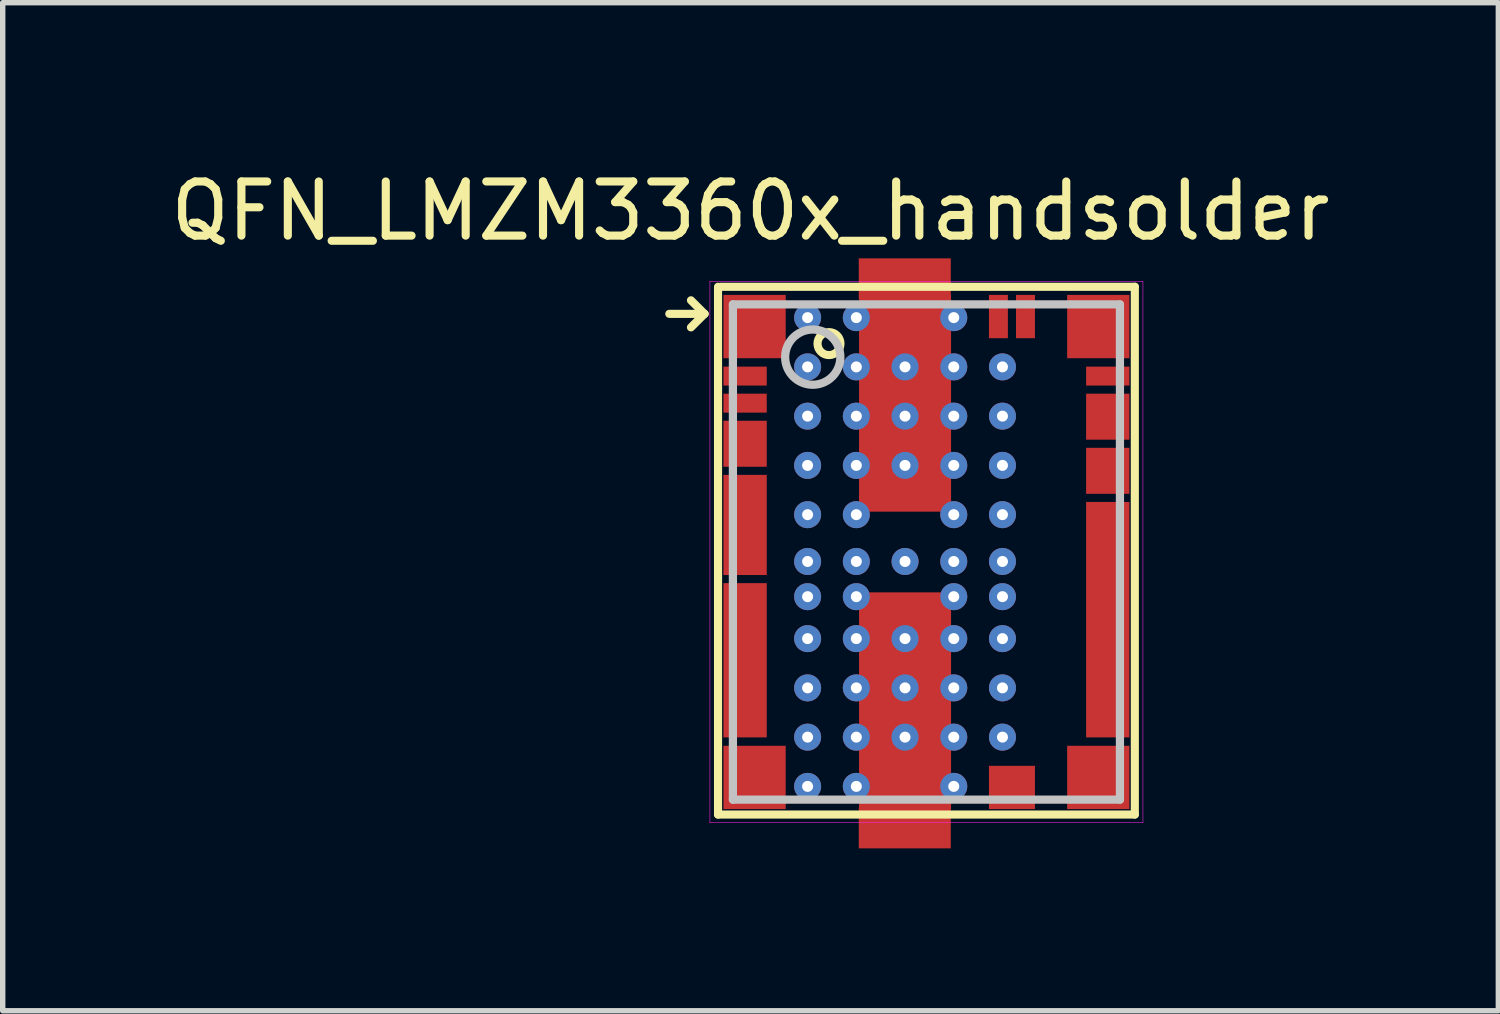
<source format=kicad_pcb>
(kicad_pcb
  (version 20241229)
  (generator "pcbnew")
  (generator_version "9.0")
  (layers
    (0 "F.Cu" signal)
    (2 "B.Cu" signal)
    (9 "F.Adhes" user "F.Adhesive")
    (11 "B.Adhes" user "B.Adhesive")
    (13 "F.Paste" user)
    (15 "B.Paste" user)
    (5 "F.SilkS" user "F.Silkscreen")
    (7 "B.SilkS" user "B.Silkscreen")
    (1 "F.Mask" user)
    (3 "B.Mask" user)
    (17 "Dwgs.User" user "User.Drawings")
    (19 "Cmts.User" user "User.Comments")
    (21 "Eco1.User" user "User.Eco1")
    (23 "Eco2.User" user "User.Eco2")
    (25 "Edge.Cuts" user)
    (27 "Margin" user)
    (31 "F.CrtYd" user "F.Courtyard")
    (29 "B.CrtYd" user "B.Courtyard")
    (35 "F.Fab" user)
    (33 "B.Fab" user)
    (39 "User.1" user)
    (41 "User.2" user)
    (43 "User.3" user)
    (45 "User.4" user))
  (footprint "QFN_LMZM3360x_handsolder"
    (layer "F.Cu")
    (at 14.065 7.148)
    (property "Reference" "QFN_LMZM3360x_handsolder" (at -3.25 -6.3 180) (layer "F.SilkS") (effects (font (size 1 1) (thickness 0.15))))
    (attr through_hole)
    (fp_line (start -4.75 -4.4) (end -4.1 -4.4) (stroke (width 0.15) (type solid)) (layer "F.SilkS"))
    (fp_line (start -4.1 -4.4) (end -4.35 -4.65) (stroke (width 0.15) (type solid)) (layer "F.SilkS"))
    (fp_line (start -4.1 -4.4) (end -4.35 -4.15) (stroke (width 0.15) (type solid)) (layer "F.SilkS"))
    (fp_line (start -3.85 -4.9) (end -3.8 -4.9) (stroke (width 0.05) (type solid)) (layer "F.SilkS"))
    (fp_line (start -3.85 4.85) (end -3.85 -4.9) (stroke (width 0.15) (type solid)) (layer "F.SilkS"))
    (fp_line (start -3.8 -4.9) (end 3.85 -4.9) (stroke (width 0.15) (type solid)) (layer "F.SilkS"))
    (fp_line (start 3.85 -4.9) (end 3.85 4.85) (stroke (width 0.15) (type solid)) (layer "F.SilkS"))
    (fp_line (start 3.85 4.85) (end -3.85 4.85) (stroke (width 0.15) (type solid)) (layer "F.SilkS"))
    (fp_circle (center -1.8 -3.85) (end -1.95 -4) (stroke (width 0.15) (type solid)) (fill no) (layer "F.SilkS"))
    (fp_line (start -3.575 -4.575) (end 3.575 -4.575) (stroke (width 0.152) (type solid)) (layer "Dwgs.User"))
    (fp_line (start -3.575 4.575) (end -3.575 -4.575) (stroke (width 0.152) (type solid)) (layer "Dwgs.User"))
    (fp_line (start -3.575 4.575) (end 3.575 4.575) (stroke (width 0.152) (type solid)) (layer "Dwgs.User"))
    (fp_line (start 3.575 4.575) (end 3.575 -4.575) (stroke (width 0.152) (type solid)) (layer "Dwgs.User"))
    (fp_circle (center -2.1 -3.6) (end -1.59 -3.6) (stroke (width 0.152) (type solid)) (fill no) (layer "Dwgs.User"))
    (fp_line (start -4 -5) (end 4 -5) (stroke (width 0.01) (type solid)) (layer "F.CrtYd"))
    (fp_line (start -4 5) (end -4 -5) (stroke (width 0.01) (type solid)) (layer "F.CrtYd"))
    (fp_line (start 4 -5) (end 4 5) (stroke (width 0.01) (type solid)) (layer "F.CrtYd"))
    (fp_line (start 4 5) (end -4 5) (stroke (width 0.01) (type solid)) (layer "F.CrtYd"))
    (pad "1" smd rect (at -3.175 -4.165 90) (size 1.17 1.15) (layers "F.Cu" "F.Mask" "F.Paste"))
    (pad "2" smd rect (at -3.35 -3.25 90) (size 0.35 0.8) (layers "F.Cu" "F.Mask" "F.Paste"))
    (pad "3" smd rect (at -3.35 -2.75 90) (size 0.35 0.8) (layers "F.Cu" "F.Mask" "F.Paste"))
    (pad "4" smd rect (at -3.35 -2 90) (size 0.85 0.8) (layers "F.Cu" "F.Mask" "F.Paste"))
    (pad "5" smd rect (at -3.35 -0.5 90) (size 1.85 0.8) (layers "F.Cu" "F.Mask" "F.Paste"))
    (pad "6" smd rect (at -3.35 2 90) (size 2.85 0.8) (layers "F.Cu" "F.Mask" "F.Paste"))
    (pad "7" smd rect (at -3.175 4.165 90) (size 1.17 1.15) (layers "F.Cu" "F.Mask" "F.Paste"))
    (pad "8" thru_hole circle (at -2.195 0.825) (size 0.5 0.5) (drill 0.203) (layers "*.Cu" "*.Mask"))
    (pad "8" thru_hole circle (at -2.195 1.6) (size 0.5 0.5) (drill 0.203) (layers "*.Cu" "*.Mask"))
    (pad "8" thru_hole circle (at -2.195 2.51) (size 0.5 0.5) (drill 0.203) (layers "*.Cu" "*.Mask"))
    (pad "8" thru_hole circle (at -2.195 3.42) (size 0.5 0.5) (drill 0.203) (layers "*.Cu" "*.Mask"))
    (pad "8" thru_hole circle (at -2.195 4.33) (size 0.5 0.5) (drill 0.203) (layers "*.Cu" "*.Mask"))
    (pad "8" thru_hole circle (at -1.295 0.825) (size 0.5 0.5) (drill 0.203) (layers "*.Cu" "*.Mask"))
    (pad "8" thru_hole circle (at -1.295 1.6) (size 0.5 0.5) (drill 0.203) (layers "*.Cu" "*.Mask"))
    (pad "8" thru_hole circle (at -1.295 2.51) (size 0.5 0.5) (drill 0.203) (layers "*.Cu" "*.Mask"))
    (pad "8" thru_hole circle (at -1.295 3.42) (size 0.5 0.5) (drill 0.203) (layers "*.Cu" "*.Mask"))
    (pad "8" thru_hole circle (at -1.295 4.33) (size 0.5 0.5) (drill 0.203) (layers "*.Cu" "*.Mask"))
    (pad "8" smd rect (at -0.4 5.1 90) (size 0.75 1.7) (layers "F.Cu" "F.Mask" "F.Paste"))
    (pad "8" thru_hole circle (at -0.395 1.6) (size 0.5 0.5) (drill 0.203) (layers "*.Cu" "*.Mask"))
    (pad "8" thru_hole circle (at -0.395 2.51) (size 0.5 0.5) (drill 0.203) (layers "*.Cu" "*.Mask"))
    (pad "8" smd rect (at -0.395 2.748 90) (size 4.005 1.7) (layers "F.Cu" "F.Mask" "F.Paste"))
    (pad "8" thru_hole circle (at -0.395 3.42) (size 0.5 0.5) (drill 0.203) (layers "*.Cu" "*.Mask"))
    (pad "8" thru_hole circle (at 0.505 0.825) (size 0.5 0.5) (drill 0.203) (layers "*.Cu" "*.Mask"))
    (pad "8" thru_hole circle (at 0.505 1.6) (size 0.5 0.5) (drill 0.203) (layers "*.Cu" "*.Mask"))
    (pad "8" thru_hole circle (at 0.505 2.51) (size 0.5 0.5) (drill 0.203) (layers "*.Cu" "*.Mask"))
    (pad "8" thru_hole circle (at 0.505 3.42) (size 0.5 0.5) (drill 0.203) (layers "*.Cu" "*.Mask"))
    (pad "8" thru_hole circle (at 0.505 4.33) (size 0.5 0.5) (drill 0.203) (layers "*.Cu" "*.Mask"))
    (pad "9" smd rect (at 1.58 4.35) (size 0.85 0.8) (layers "F.Cu" "F.Mask" "F.Paste"))
    (pad "10" smd rect (at 3.175 4.165 90) (size 1.17 1.15) (layers "F.Cu" "F.Mask" "F.Paste"))
    (pad "11" smd rect (at 3.35 1.25 90) (size 4.35 0.8) (layers "F.Cu" "F.Mask" "F.Paste"))
    (pad "12" smd rect (at 3.35 -1.5 90) (size 0.85 0.8) (layers "F.Cu" "F.Mask" "F.Paste"))
    (pad "13" smd rect (at 3.35 -2.5 90) (size 0.85 0.8) (layers "F.Cu" "F.Mask" "F.Paste"))
    (pad "14" smd rect (at 3.35 -3.25 90) (size 0.35 0.8) (layers "F.Cu" "F.Mask" "F.Paste"))
    (pad "15" smd rect (at 3.175 -4.165 90) (size 1.17 1.15) (layers "F.Cu" "F.Mask" "F.Paste"))
    (pad "16" smd rect (at 1.83 -4.35) (size 0.35 0.8) (layers "F.Cu" "F.Mask" "F.Paste"))
    (pad "17" smd rect (at 1.33 -4.35) (size 0.35 0.8) (layers "F.Cu" "F.Mask" "F.Paste"))
    (pad "18" thru_hole circle (at -2.195 -4.33) (size 0.5 0.5) (drill 0.203) (layers "*.Cu" "*.Mask"))
    (pad "18" thru_hole circle (at -2.195 -3.42) (size 0.5 0.5) (drill 0.203) (layers "*.Cu" "*.Mask"))
    (pad "18" thru_hole circle (at -2.195 -2.51) (size 0.5 0.5) (drill 0.203) (layers "*.Cu" "*.Mask"))
    (pad "18" thru_hole circle (at -2.195 -1.6) (size 0.5 0.5) (drill 0.203) (layers "*.Cu" "*.Mask"))
    (pad "18" thru_hole circle (at -2.195 -0.69) (size 0.5 0.5) (drill 0.203) (layers "*.Cu" "*.Mask"))
    (pad "18" thru_hole circle (at -2.195 0.175) (size 0.5 0.5) (drill 0.203) (layers "*.Cu" "*.Mask"))
    (pad "18" thru_hole circle (at -1.295 -4.33) (size 0.5 0.5) (drill 0.203) (layers "*.Cu" "*.Mask"))
    (pad "18" thru_hole circle (at -1.295 -3.42) (size 0.5 0.5) (drill 0.203) (layers "*.Cu" "*.Mask"))
    (pad "18" thru_hole circle (at -1.295 -2.51) (size 0.5 0.5) (drill 0.203) (layers "*.Cu" "*.Mask"))
    (pad "18" thru_hole circle (at -1.295 -1.6) (size 0.5 0.5) (drill 0.203) (layers "*.Cu" "*.Mask"))
    (pad "18" thru_hole circle (at -1.295 -0.69) (size 0.5 0.5) (drill 0.203) (layers "*.Cu" "*.Mask"))
    (pad "18" thru_hole circle (at -1.295 0.175) (size 0.5 0.5) (drill 0.203) (layers "*.Cu" "*.Mask"))
    (pad "18" smd rect (at -0.4 -5.05 90) (size 0.75 1.7) (layers "F.Cu" "F.Mask" "F.Paste"))
    (pad "18" thru_hole circle (at -0.395 -3.42) (size 0.5 0.5) (drill 0.203) (layers "*.Cu" "*.Mask"))
    (pad "18" smd rect (at -0.395 -2.748 90) (size 4.005 1.7) (layers "F.Cu" "F.Mask" "F.Paste"))
    (pad "18" thru_hole circle (at -0.395 -2.51) (size 0.5 0.5) (drill 0.203) (layers "*.Cu" "*.Mask"))
    (pad "18" thru_hole circle (at -0.395 -1.6) (size 0.5 0.5) (drill 0.203) (layers "*.Cu" "*.Mask"))
    (pad "18" thru_hole circle (at -0.395 0.175) (size 0.5 0.5) (drill 0.203) (layers "*.Cu" "*.Mask"))
    (pad "18" thru_hole circle (at 0.505 -4.33) (size 0.5 0.5) (drill 0.203) (layers "*.Cu" "*.Mask"))
    (pad "18" thru_hole circle (at 0.505 -3.42) (size 0.5 0.5) (drill 0.203) (layers "*.Cu" "*.Mask"))
    (pad "18" thru_hole circle (at 0.505 -2.51) (size 0.5 0.5) (drill 0.203) (layers "*.Cu" "*.Mask"))
    (pad "18" thru_hole circle (at 0.505 -1.6) (size 0.5 0.5) (drill 0.203) (layers "*.Cu" "*.Mask"))
    (pad "18" thru_hole circle (at 0.505 -0.69) (size 0.5 0.5) (drill 0.203) (layers "*.Cu" "*.Mask"))
    (pad "18" thru_hole circle (at 0.505 0.175) (size 0.5 0.5) (drill 0.203) (layers "*.Cu" "*.Mask"))
    (pad "18" thru_hole circle (at 1.405 -3.42) (size 0.5 0.5) (drill 0.203) (layers "*.Cu" "*.Mask"))
    (pad "18" thru_hole circle (at 1.405 -2.51) (size 0.5 0.5) (drill 0.203) (layers "*.Cu" "*.Mask"))
    (pad "18" thru_hole circle (at 1.405 -1.6) (size 0.5 0.5) (drill 0.203) (layers "*.Cu" "*.Mask"))
    (pad "18" thru_hole circle (at 1.405 -0.69) (size 0.5 0.5) (drill 0.203) (layers "*.Cu" "*.Mask"))
    (pad "18" thru_hole circle (at 1.405 0.175) (size 0.5 0.5) (drill 0.203) (layers "*.Cu" "*.Mask"))
    (pad "18" thru_hole circle (at 1.405 0.825) (size 0.5 0.5) (drill 0.203) (layers "*.Cu" "*.Mask"))
    (pad "18" thru_hole circle (at 1.405 1.6) (size 0.5 0.5) (drill 0.203) (layers "*.Cu" "*.Mask"))
    (pad "18" thru_hole circle (at 1.405 2.51) (size 0.5 0.5) (drill 0.203) (layers "*.Cu" "*.Mask"))
    (pad "18" thru_hole circle (at 1.405 3.42) (size 0.5 0.5) (drill 0.203) (layers "*.Cu" "*.Mask")))
  (gr_rect
    (start -3 -3)
    (end 24.631 15.623)
    (stroke (width 0.1) (type default))
    (fill no)
    (layer "Edge.Cuts")))
</source>
